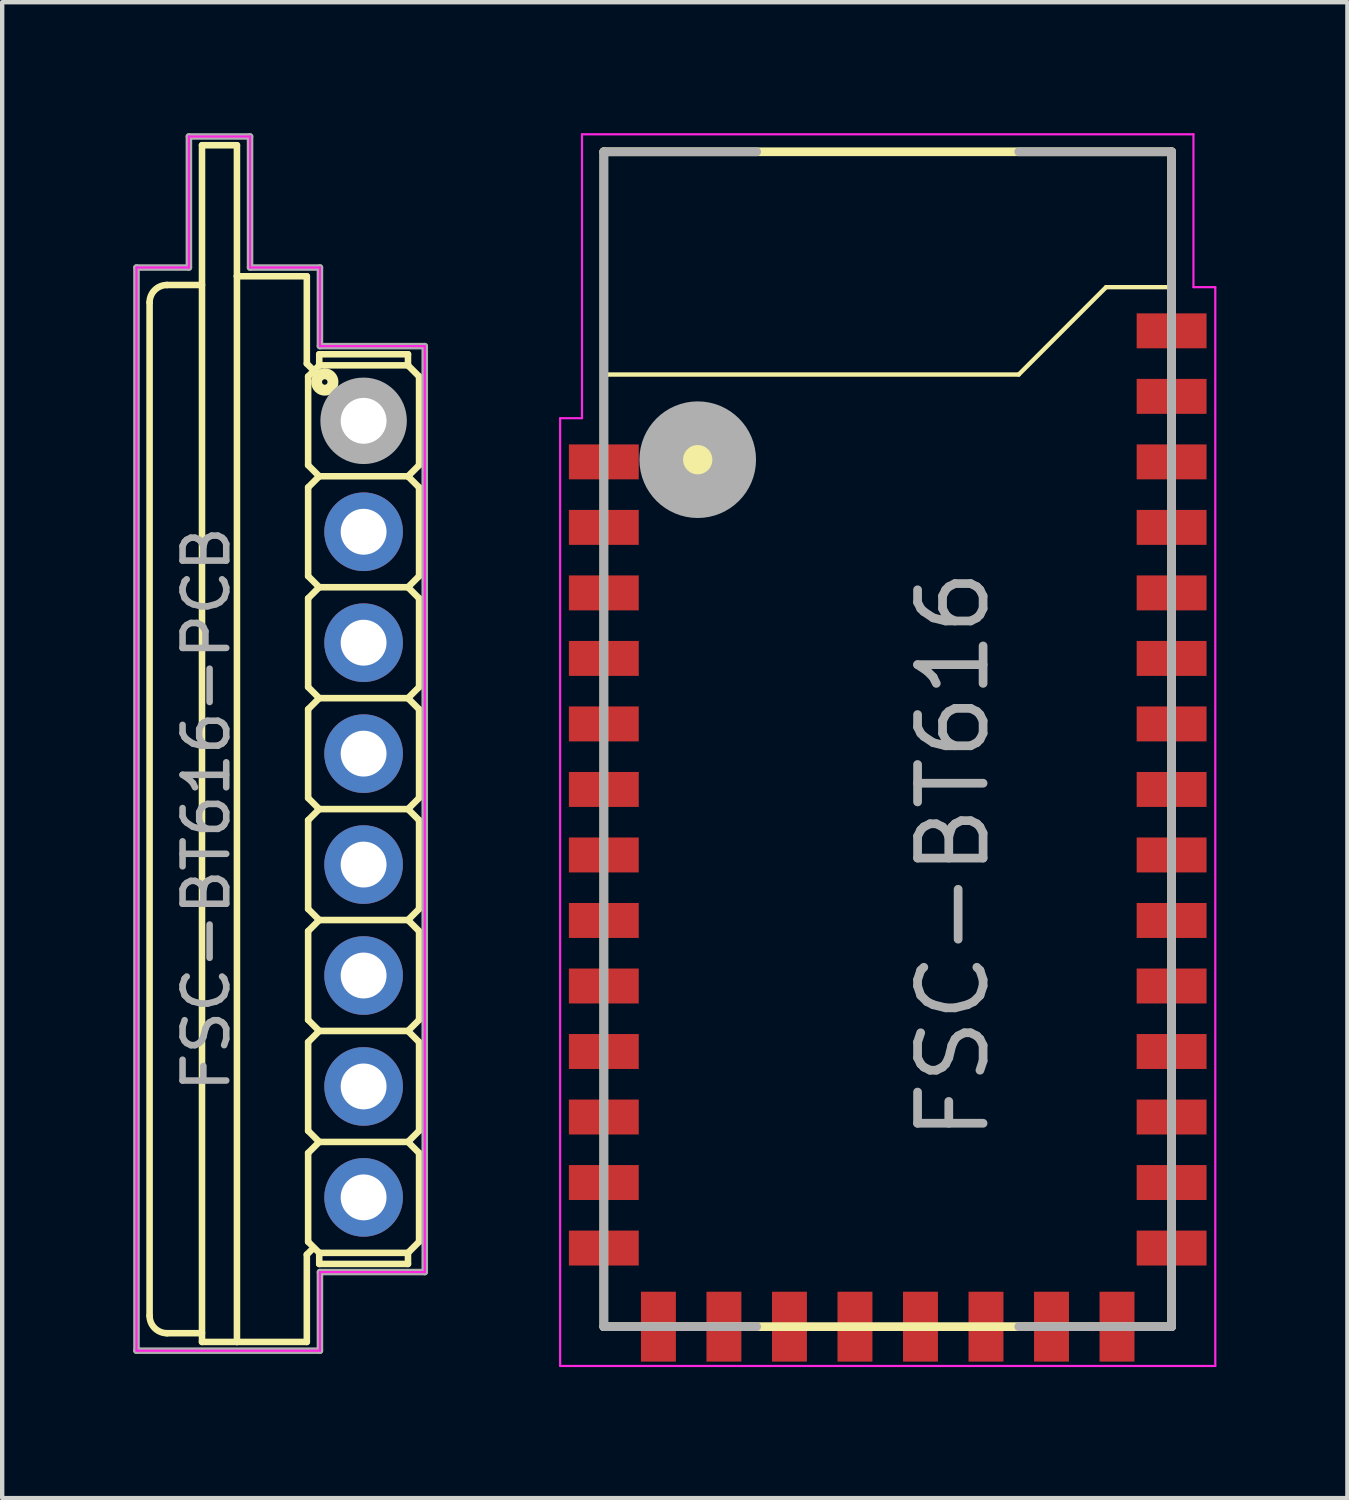
<source format=kicad_pcb>
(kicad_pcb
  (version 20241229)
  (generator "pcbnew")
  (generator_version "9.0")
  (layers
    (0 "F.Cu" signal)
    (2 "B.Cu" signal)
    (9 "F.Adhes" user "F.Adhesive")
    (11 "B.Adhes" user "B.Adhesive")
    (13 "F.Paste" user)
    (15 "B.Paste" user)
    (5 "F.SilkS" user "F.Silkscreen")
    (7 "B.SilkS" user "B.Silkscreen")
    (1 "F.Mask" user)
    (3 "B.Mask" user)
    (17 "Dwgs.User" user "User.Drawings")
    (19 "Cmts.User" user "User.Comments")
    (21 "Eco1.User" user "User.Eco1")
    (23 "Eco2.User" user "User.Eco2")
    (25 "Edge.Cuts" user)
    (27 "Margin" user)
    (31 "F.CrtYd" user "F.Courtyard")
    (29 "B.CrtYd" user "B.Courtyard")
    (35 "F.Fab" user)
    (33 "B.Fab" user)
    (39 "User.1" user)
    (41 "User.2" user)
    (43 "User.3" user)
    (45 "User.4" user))
  (footprint "FSC-BT616"
    (layer "F.Cu")
    (at 17.275 16.525)
    (property "Reference" "FSC-BT616" (at 1.5 0 90) (layer "F.Fab") (effects (font (size 1.5 1.5) (thickness 0.2))))
    (attr through_hole)
    (fp_line (start -6.5 -16.1) (end 6.5 -16.1) (stroke (width 0.2) (type solid)) (layer "F.SilkS"))
    (fp_line (start -6.5 10.8) (end -6.5 -16.1) (stroke (width 0.2) (type solid)) (layer "F.SilkS"))
    (fp_line (start -6.5 10.8) (end 6.5 10.8) (stroke (width 0.2) (type solid)) (layer "F.SilkS"))
    (fp_line (start -4.95 -9.05) (end -3.95 -10.05) (stroke (width 0.2) (type solid)) (layer "F.SilkS"))
    (fp_line (start -4.7 -9.05) (end -4.05 -9.7) (stroke (width 0.3) (type solid)) (layer "F.SilkS"))
    (fp_line (start -4.35 -8.85) (end -4.35 -9.25) (stroke (width 0.5) (type solid)) (layer "F.SilkS"))
    (fp_line (start -4.1 -9.7) (end -4.1 -8.4) (stroke (width 0.2) (type solid)) (layer "F.SilkS"))
    (fp_line (start -4.1 -8.45) (end -4.7 -9.05) (stroke (width 0.3) (type solid)) (layer "F.SilkS"))
    (fp_line (start -4 -9.9) (end -4 -8.2) (stroke (width 0.2) (type solid)) (layer "F.SilkS"))
    (fp_line (start -3.95 -10.05) (end -3.95 -8.05) (stroke (width 0.2) (type solid)) (layer "F.SilkS"))
    (fp_line (start -3.95 -8.05) (end -4.95 -9.05) (stroke (width 0.2) (type solid)) (layer "F.SilkS"))
    (fp_line (start 3 -11) (end -6.5 -11) (stroke (width 0.1) (type solid)) (layer "F.SilkS"))
    (fp_line (start 5 -13) (end 3 -11) (stroke (width 0.1) (type solid)) (layer "F.SilkS"))
    (fp_line (start 6.5 -16.1) (end 6.5 10.8) (stroke (width 0.2) (type solid)) (layer "F.SilkS"))
    (fp_line (start 6.5 -13) (end 5 -13) (stroke (width 0.1) (type solid)) (layer "F.SilkS"))
    (fp_line (start -7.5 -10) (end -7 -10) (stroke (width 0.05) (type solid)) (layer "F.CrtYd"))
    (fp_line (start -7.5 11.7) (end -7.5 -10) (stroke (width 0.05) (type solid)) (layer "F.CrtYd"))
    (fp_line (start -7.5 11.7) (end 7.5 11.7) (stroke (width 0.05) (type solid)) (layer "F.CrtYd"))
    (fp_line (start -7 -16.5) (end 7 -16.5) (stroke (width 0.05) (type solid)) (layer "F.CrtYd"))
    (fp_line (start -7 -10) (end -7 -16.5) (stroke (width 0.05) (type solid)) (layer "F.CrtYd"))
    (fp_line (start 7 -16.5) (end 7 -13) (stroke (width 0.05) (type solid)) (layer "F.CrtYd"))
    (fp_line (start 7 -13) (end 7.5 -13) (stroke (width 0.05) (type solid)) (layer "F.CrtYd"))
    (fp_line (start 7.5 11.7) (end 7.5 -13) (stroke (width 0.05) (type solid)) (layer "F.CrtYd"))
    (fp_line (start -6.5 -16.1) (end -6.5 10.8) (stroke (width 0.2) (type solid)) (layer "F.Fab"))
    (fp_line (start -6.5 10.8) (end -3 10.8) (stroke (width 0.2) (type solid)) (layer "F.Fab"))
    (fp_line (start -3 -16.1) (end -6.5 -16.1) (stroke (width 0.2) (type solid)) (layer "F.Fab"))
    (fp_line (start 6.5 -16.1) (end 3 -16.1) (stroke (width 0.2) (type solid)) (layer "F.Fab"))
    (fp_line (start 6.5 10.8) (end 3 10.8) (stroke (width 0.2) (type solid)) (layer "F.Fab"))
    (fp_line (start 6.5 10.8) (end 6.5 -16.1) (stroke (width 0.2) (type solid)) (layer "F.Fab"))
    (fp_circle (center -4.35 -9.05) (end -4.015 -9.05) (stroke (width 1) (type solid)) (fill no) (layer "F.Fab"))
    (pad "1" smd rect (at -6.5 -9) (size 1.6 0.8) (layers "F.Cu" "F.Mask" "F.Paste"))
    (pad "2" smd rect (at -6.5 -7.5) (size 1.6 0.8) (layers "F.Cu" "F.Mask" "F.Paste"))
    (pad "3" smd rect (at -6.5 -6) (size 1.6 0.8) (layers "F.Cu" "F.Mask" "F.Paste"))
    (pad "4" smd rect (at -6.5 -4.5) (size 1.6 0.8) (layers "F.Cu" "F.Mask" "F.Paste"))
    (pad "5" smd rect (at -6.5 -3) (size 1.6 0.8) (layers "F.Cu" "F.Mask" "F.Paste"))
    (pad "6" smd rect (at -6.5 -1.5) (size 1.6 0.8) (layers "F.Cu" "F.Mask" "F.Paste"))
    (pad "7" smd rect (at -6.5 0) (size 1.6 0.8) (layers "F.Cu" "F.Mask" "F.Paste"))
    (pad "8" smd rect (at -6.5 1.5) (size 1.6 0.8) (layers "F.Cu" "F.Mask" "F.Paste"))
    (pad "9" smd rect (at -6.5 3) (size 1.6 0.8) (layers "F.Cu" "F.Mask" "F.Paste"))
    (pad "10" smd rect (at -6.5 4.5) (size 1.6 0.8) (layers "F.Cu" "F.Mask" "F.Paste"))
    (pad "11" smd rect (at -6.5 6) (size 1.6 0.8) (layers "F.Cu" "F.Mask" "F.Paste"))
    (pad "12" smd rect (at -6.5 7.5) (size 1.6 0.8) (layers "F.Cu" "F.Mask" "F.Paste"))
    (pad "13" smd rect (at -6.5 9) (size 1.6 0.8) (layers "F.Cu" "F.Mask" "F.Paste"))
    (pad "14" smd rect (at -5.25 10.8) (size 0.8 1.6) (layers "F.Cu" "F.Mask" "F.Paste"))
    (pad "15" smd rect (at -3.75 10.8) (size 0.8 1.6) (layers "F.Cu" "F.Mask" "F.Paste"))
    (pad "16" smd rect (at -2.25 10.8) (size 0.8 1.6) (layers "F.Cu" "F.Mask" "F.Paste"))
    (pad "17" smd rect (at -0.75 10.8) (size 0.8 1.6) (layers "F.Cu" "F.Mask" "F.Paste"))
    (pad "18" smd rect (at 0.75 10.8) (size 0.8 1.6) (layers "F.Cu" "F.Mask" "F.Paste"))
    (pad "19" smd rect (at 2.25 10.8) (size 0.8 1.6) (layers "F.Cu" "F.Mask" "F.Paste"))
    (pad "20" smd rect (at 3.75 10.8) (size 0.8 1.6) (layers "F.Cu" "F.Mask" "F.Paste"))
    (pad "21" smd rect (at 5.25 10.8) (size 0.8 1.6) (layers "F.Cu" "F.Mask" "F.Paste"))
    (pad "22" smd rect (at 6.5 9) (size 1.6 0.8) (layers "F.Cu" "F.Mask" "F.Paste"))
    (pad "23" smd rect (at 6.5 7.5) (size 1.6 0.8) (layers "F.Cu" "F.Mask" "F.Paste"))
    (pad "24" smd rect (at 6.5 6) (size 1.6 0.8) (layers "F.Cu" "F.Mask" "F.Paste"))
    (pad "25" smd rect (at 6.5 4.5) (size 1.6 0.8) (layers "F.Cu" "F.Mask" "F.Paste"))
    (pad "26" smd rect (at 6.5 3) (size 1.6 0.8) (layers "F.Cu" "F.Mask" "F.Paste"))
    (pad "27" smd rect (at 6.5 1.5) (size 1.6 0.8) (layers "F.Cu" "F.Mask" "F.Paste"))
    (pad "28" smd rect (at 6.5 0) (size 1.6 0.8) (layers "F.Cu" "F.Mask" "F.Paste"))
    (pad "29" smd rect (at 6.5 -1.5) (size 1.6 0.8) (layers "F.Cu" "F.Mask" "F.Paste"))
    (pad "30" smd rect (at 6.5 -3) (size 1.6 0.8) (layers "F.Cu" "F.Mask" "F.Paste"))
    (pad "31" smd rect (at 6.5 -4.5) (size 1.6 0.8) (layers "F.Cu" "F.Mask" "F.Paste"))
    (pad "32" smd rect (at 6.5 -6) (size 1.6 0.8) (layers "F.Cu" "F.Mask" "F.Paste"))
    (pad "33" smd rect (at 6.5 -7.5) (size 1.6 0.8) (layers "F.Cu" "F.Mask" "F.Paste"))
    (pad "34" smd rect (at 6.5 -9) (size 1.6 0.8) (layers "F.Cu" "F.Mask" "F.Paste"))
    (pad "35" smd rect (at 6.5 -10.5) (size 1.6 0.8) (layers "F.Cu" "F.Mask" "F.Paste"))
    (pad "36" smd rect (at 6.5 -12) (size 1.6 0.8) (layers "F.Cu" "F.Mask" "F.Paste")))
  (footprint "FSC-BT616-PCB"
    (layer "F.Cu")
    (at 5.275 15.475)
    (property "Reference" "FSC-BT616-PCB" (at -3.6 0 270) (layer "F.Fab") (effects (font (size 1 1) (thickness 0.15))))
    (attr through_hole)
    (fp_line (start -4.9 11.6) (end -4.9 -11.6) (stroke (width 0.15) (type solid)) (layer "F.SilkS"))
    (fp_line (start -3.7 -15.2) (end -3.7 12.2) (stroke (width 0.15) (type solid)) (layer "F.SilkS"))
    (fp_line (start -3.7 -12) (end -4.5 -12) (stroke (width 0.15) (type solid)) (layer "F.SilkS"))
    (fp_line (start -3.7 12) (end -4.5 12) (stroke (width 0.15) (type solid)) (layer "F.SilkS"))
    (fp_line (start -3.7 12.2) (end -2.9 12.2) (stroke (width 0.15) (type solid)) (layer "F.SilkS"))
    (fp_line (start -2.9 -15.2) (end -3.7 -15.2) (stroke (width 0.15) (type solid)) (layer "F.SilkS"))
    (fp_line (start -2.9 -12.2) (end -2.9 -15.2) (stroke (width 0.15) (type solid)) (layer "F.SilkS"))
    (fp_line (start -2.9 -12.2) (end -1.3 -12.2) (stroke (width 0.15) (type solid)) (layer "F.SilkS"))
    (fp_line (start -2.9 12.2) (end -2.9 -12.2) (stroke (width 0.15) (type solid)) (layer "F.SilkS"))
    (fp_line (start -1.3 -10.2) (end -1.3 -12.2) (stroke (width 0.15) (type solid)) (layer "F.SilkS"))
    (fp_line (start -1.3 -10.2) (end -1.2 -10.1) (stroke (width 0.15) (type solid)) (layer "F.SilkS"))
    (fp_line (start -1.3 10.2) (end -1.2 10.1) (stroke (width 0.15) (type solid)) (layer "F.SilkS"))
    (fp_line (start -1.3 12.2) (end -2.9 12.2) (stroke (width 0.15) (type solid)) (layer "F.SilkS"))
    (fp_line (start -1.3 12.2) (end -1.3 10.2) (stroke (width 0.15) (type solid)) (layer "F.SilkS"))
    (fp_line (start -1.27 -9.906) (end -1.27 -7.874) (stroke (width 0.15) (type solid)) (layer "F.SilkS"))
    (fp_line (start -1.27 -9.906) (end -1.016 -10.16) (stroke (width 0.15) (type solid)) (layer "F.SilkS"))
    (fp_line (start -1.27 -7.874) (end -1.016 -7.62) (stroke (width 0.15) (type solid)) (layer "F.SilkS"))
    (fp_line (start -1.27 -7.366) (end -1.27 -5.334) (stroke (width 0.15) (type solid)) (layer "F.SilkS"))
    (fp_line (start -1.27 -5.334) (end -1.016 -5.08) (stroke (width 0.15) (type solid)) (layer "F.SilkS"))
    (fp_line (start -1.27 -4.826) (end -1.27 -2.794) (stroke (width 0.15) (type solid)) (layer "F.SilkS"))
    (fp_line (start -1.27 -2.794) (end -1.016 -2.54) (stroke (width 0.15) (type solid)) (layer "F.SilkS"))
    (fp_line (start -1.27 -2.286) (end -1.27 -0.254) (stroke (width 0.15) (type solid)) (layer "F.SilkS"))
    (fp_line (start -1.27 -0.254) (end -1.016 0) (stroke (width 0.15) (type solid)) (layer "F.SilkS"))
    (fp_line (start -1.27 0.254) (end -1.27 2.286) (stroke (width 0.15) (type solid)) (layer "F.SilkS"))
    (fp_line (start -1.27 2.286) (end -1.016 2.54) (stroke (width 0.15) (type solid)) (layer "F.SilkS"))
    (fp_line (start -1.27 2.794) (end -1.27 4.826) (stroke (width 0.15) (type solid)) (layer "F.SilkS"))
    (fp_line (start -1.27 4.826) (end -1.016 5.08) (stroke (width 0.15) (type solid)) (layer "F.SilkS"))
    (fp_line (start -1.27 5.334) (end -1.27 7.366) (stroke (width 0.15) (type solid)) (layer "F.SilkS"))
    (fp_line (start -1.27 7.366) (end -1.016 7.62) (stroke (width 0.15) (type solid)) (layer "F.SilkS"))
    (fp_line (start -1.27 7.874) (end -1.27 9.906) (stroke (width 0.15) (type solid)) (layer "F.SilkS"))
    (fp_line (start -1.27 9.906) (end -1.016 10.16) (stroke (width 0.15) (type solid)) (layer "F.SilkS"))
    (fp_line (start -1.016 -10.414) (end 1.016 -10.414) (stroke (width 0.15) (type solid)) (layer "F.SilkS"))
    (fp_line (start -1.016 -10.16) (end -1.016 -10.414) (stroke (width 0.15) (type solid)) (layer "F.SilkS"))
    (fp_line (start -1.016 -10.16) (end 1.016 -10.16) (stroke (width 0.15) (type solid)) (layer "F.SilkS"))
    (fp_line (start -1.016 -7.62) (end -1.27 -7.366) (stroke (width 0.15) (type solid)) (layer "F.SilkS"))
    (fp_line (start -1.016 -5.08) (end -1.27 -4.826) (stroke (width 0.15) (type solid)) (layer "F.SilkS"))
    (fp_line (start -1.016 -5.08) (end 1.016 -5.08) (stroke (width 0.15) (type solid)) (layer "F.SilkS"))
    (fp_line (start -1.016 -2.54) (end -1.27 -2.286) (stroke (width 0.15) (type solid)) (layer "F.SilkS"))
    (fp_line (start -1.016 0) (end -1.27 0.254) (stroke (width 0.15) (type solid)) (layer "F.SilkS"))
    (fp_line (start -1.016 2.54) (end -1.27 2.794) (stroke (width 0.15) (type solid)) (layer "F.SilkS"))
    (fp_line (start -1.016 5.08) (end -1.27 5.334) (stroke (width 0.15) (type solid)) (layer "F.SilkS"))
    (fp_line (start -1.016 7.62) (end -1.27 7.874) (stroke (width 0.15) (type solid)) (layer "F.SilkS"))
    (fp_line (start -1.016 10.16) (end 1.016 10.16) (stroke (width 0.15) (type solid)) (layer "F.SilkS"))
    (fp_line (start -1.016 10.414) (end -1.016 10.16) (stroke (width 0.15) (type solid)) (layer "F.SilkS"))
    (fp_line (start 1.016 -10.414) (end 1.016 -10.16) (stroke (width 0.15) (type solid)) (layer "F.SilkS"))
    (fp_line (start 1.016 -10.16) (end 1.27 -9.906) (stroke (width 0.15) (type solid)) (layer "F.SilkS"))
    (fp_line (start 1.016 -7.62) (end -1.016 -7.62) (stroke (width 0.15) (type solid)) (layer "F.SilkS"))
    (fp_line (start 1.016 -5.08) (end 1.27 -5.334) (stroke (width 0.15) (type solid)) (layer "F.SilkS"))
    (fp_line (start 1.016 -2.54) (end -1.016 -2.54) (stroke (width 0.15) (type solid)) (layer "F.SilkS"))
    (fp_line (start 1.016 -2.54) (end 1.27 -2.794) (stroke (width 0.15) (type solid)) (layer "F.SilkS"))
    (fp_line (start 1.016 0) (end -1.016 0) (stroke (width 0.15) (type solid)) (layer "F.SilkS"))
    (fp_line (start 1.016 0) (end 1.27 -0.254) (stroke (width 0.15) (type solid)) (layer "F.SilkS"))
    (fp_line (start 1.016 2.54) (end -1.016 2.54) (stroke (width 0.15) (type solid)) (layer "F.SilkS"))
    (fp_line (start 1.016 2.54) (end 1.27 2.286) (stroke (width 0.15) (type solid)) (layer "F.SilkS"))
    (fp_line (start 1.016 5.08) (end -1.016 5.08) (stroke (width 0.15) (type solid)) (layer "F.SilkS"))
    (fp_line (start 1.016 5.08) (end 1.27 4.826) (stroke (width 0.15) (type solid)) (layer "F.SilkS"))
    (fp_line (start 1.016 7.62) (end -1.016 7.62) (stroke (width 0.15) (type solid)) (layer "F.SilkS"))
    (fp_line (start 1.016 7.62) (end 1.27 7.366) (stroke (width 0.15) (type solid)) (layer "F.SilkS"))
    (fp_line (start 1.016 10.16) (end 1.27 9.906) (stroke (width 0.15) (type solid)) (layer "F.SilkS"))
    (fp_line (start 1.016 10.414) (end -1.016 10.414) (stroke (width 0.15) (type solid)) (layer "F.SilkS"))
    (fp_line (start 1.016 10.414) (end 1.016 10.16) (stroke (width 0.15) (type solid)) (layer "F.SilkS"))
    (fp_line (start 1.27 -9.906) (end 1.27 -7.874) (stroke (width 0.15) (type solid)) (layer "F.SilkS"))
    (fp_line (start 1.27 -7.874) (end 1.016 -7.62) (stroke (width 0.15) (type solid)) (layer "F.SilkS"))
    (fp_line (start 1.27 -7.366) (end 1.016 -7.62) (stroke (width 0.15) (type solid)) (layer "F.SilkS"))
    (fp_line (start 1.27 -5.334) (end 1.27 -7.366) (stroke (width 0.15) (type solid)) (layer "F.SilkS"))
    (fp_line (start 1.27 -4.826) (end 1.016 -5.08) (stroke (width 0.15) (type solid)) (layer "F.SilkS"))
    (fp_line (start 1.27 -2.794) (end 1.27 -4.826) (stroke (width 0.15) (type solid)) (layer "F.SilkS"))
    (fp_line (start 1.27 -2.286) (end 1.016 -2.54) (stroke (width 0.15) (type solid)) (layer "F.SilkS"))
    (fp_line (start 1.27 -0.254) (end 1.27 -2.286) (stroke (width 0.15) (type solid)) (layer "F.SilkS"))
    (fp_line (start 1.27 0.254) (end 1.016 0) (stroke (width 0.15) (type solid)) (layer "F.SilkS"))
    (fp_line (start 1.27 2.286) (end 1.27 0.254) (stroke (width 0.15) (type solid)) (layer "F.SilkS"))
    (fp_line (start 1.27 2.794) (end 1.016 2.54) (stroke (width 0.15) (type solid)) (layer "F.SilkS"))
    (fp_line (start 1.27 4.826) (end 1.27 2.794) (stroke (width 0.15) (type solid)) (layer "F.SilkS"))
    (fp_line (start 1.27 5.334) (end 1.016 5.08) (stroke (width 0.15) (type solid)) (layer "F.SilkS"))
    (fp_line (start 1.27 7.366) (end 1.27 5.334) (stroke (width 0.15) (type solid)) (layer "F.SilkS"))
    (fp_line (start 1.27 7.874) (end 1.016 7.62) (stroke (width 0.15) (type solid)) (layer "F.SilkS"))
    (fp_line (start 1.27 9.906) (end 1.27 7.874) (stroke (width 0.15) (type solid)) (layer "F.SilkS"))
    (fp_arc (start -4.9 -11.6) (mid -4.782843 -11.882843) (end -4.5 -12) (stroke (width 0.15) (type solid)) (layer "F.SilkS"))
    (fp_arc (start -4.5 12) (mid -4.782843 11.882843) (end -4.9 11.6) (stroke (width 0.15) (type solid)) (layer "F.SilkS"))
    (fp_circle (center -0.889 -9.779) (end -0.826 -9.779) (stroke (width 0.25) (type solid)) (fill no) (layer "F.SilkS"))
    (fp_line (start -5.2 -12.4) (end -4 -12.4) (stroke (width 0.05) (type solid)) (layer "F.CrtYd"))
    (fp_line (start -5.2 12.4) (end -5.2 -12.4) (stroke (width 0.05) (type solid)) (layer "F.CrtYd"))
    (fp_line (start -4 -15.4) (end -2.6 -15.4) (stroke (width 0.05) (type solid)) (layer "F.CrtYd"))
    (fp_line (start -4 -12.4) (end -4 -15.4) (stroke (width 0.05) (type solid)) (layer "F.CrtYd"))
    (fp_line (start -2.6 -15.4) (end -2.6 -12.4) (stroke (width 0.05) (type solid)) (layer "F.CrtYd"))
    (fp_line (start -2.6 -12.4) (end -1 -12.4) (stroke (width 0.05) (type solid)) (layer "F.CrtYd"))
    (fp_line (start -1 -12.4) (end -1 -10.6) (stroke (width 0.05) (type solid)) (layer "F.CrtYd"))
    (fp_line (start -1 -10.6) (end 1.4 -10.6) (stroke (width 0.05) (type solid)) (layer "F.CrtYd"))
    (fp_line (start -1 10.6) (end -1 12.4) (stroke (width 0.05) (type solid)) (layer "F.CrtYd"))
    (fp_line (start -1 12.4) (end -5.2 12.4) (stroke (width 0.05) (type solid)) (layer "F.CrtYd"))
    (fp_line (start 1.4 -10.6) (end 1.4 10.6) (stroke (width 0.05) (type solid)) (layer "F.CrtYd"))
    (fp_line (start 1.4 10.6) (end -1 10.6) (stroke (width 0.05) (type solid)) (layer "F.CrtYd"))
    (fp_line (start -5.2 -12.4) (end -5.2 12.4) (stroke (width 0.15) (type solid)) (layer "F.Fab"))
    (fp_line (start -5.2 12.4) (end -1 12.4) (stroke (width 0.15) (type solid)) (layer "F.Fab"))
    (fp_line (start -4 -15.4) (end -4 -12.4) (stroke (width 0.15) (type solid)) (layer "F.Fab"))
    (fp_line (start -4 -12.4) (end -5.2 -12.4) (stroke (width 0.15) (type solid)) (layer "F.Fab"))
    (fp_line (start -2.6 -15.4) (end -4 -15.4) (stroke (width 0.15) (type solid)) (layer "F.Fab"))
    (fp_line (start -2.6 -12.4) (end -2.6 -15.4) (stroke (width 0.15) (type solid)) (layer "F.Fab"))
    (fp_line (start -1 -12.4) (end -2.6 -12.4) (stroke (width 0.15) (type solid)) (layer "F.Fab"))
    (fp_line (start -1 -10.6) (end -1 -12.4) (stroke (width 0.15) (type solid)) (layer "F.Fab"))
    (fp_line (start -1 10.6) (end 1.4 10.6) (stroke (width 0.15) (type solid)) (layer "F.Fab"))
    (fp_line (start -1 12.4) (end -1 10.6) (stroke (width 0.15) (type solid)) (layer "F.Fab"))
    (fp_line (start 1.4 -10.6) (end -1 -10.6) (stroke (width 0.15) (type solid)) (layer "F.Fab"))
    (fp_line (start 1.4 10.6) (end 1.4 -10.6) (stroke (width 0.15) (type solid)) (layer "F.Fab"))
    (fp_circle (center 0 -8.89) (end 0 -8.7) (stroke (width 0.8) (type solid)) (fill no) (layer "F.Fab"))
    (pad "1" thru_hole circle (at 0 -8.89) (size 1.8 1.8) (drill 1.05) (layers "*.Cu" "*.Mask"))
    (pad "2" thru_hole circle (at 0 -6.35) (size 1.8 1.8) (drill 1.05) (layers "*.Cu" "*.Mask"))
    (pad "3" thru_hole circle (at 0 -3.81) (size 1.8 1.8) (drill 1.05) (layers "*.Cu" "*.Mask"))
    (pad "4" thru_hole circle (at 0 -1.27) (size 1.8 1.8) (drill 1.05) (layers "*.Cu" "*.Mask"))
    (pad "5" thru_hole circle (at 0 1.27) (size 1.8 1.8) (drill 1.05) (layers "*.Cu" "*.Mask"))
    (pad "6" thru_hole circle (at 0 3.81) (size 1.8 1.8) (drill 1.05) (layers "*.Cu" "*.Mask"))
    (pad "7" thru_hole circle (at 0 6.35) (size 1.8 1.8) (drill 1.05) (layers "*.Cu" "*.Mask"))
    (pad "8" thru_hole circle (at 0 8.89) (size 1.8 1.8) (drill 1.05) (layers "*.Cu" "*.Mask")))
  (gr_rect
    (start -3 -3)
    (end 27.8 31.25)
    (stroke (width 0.1) (type default))
    (fill no)
    (layer "Edge.Cuts")))
</source>
